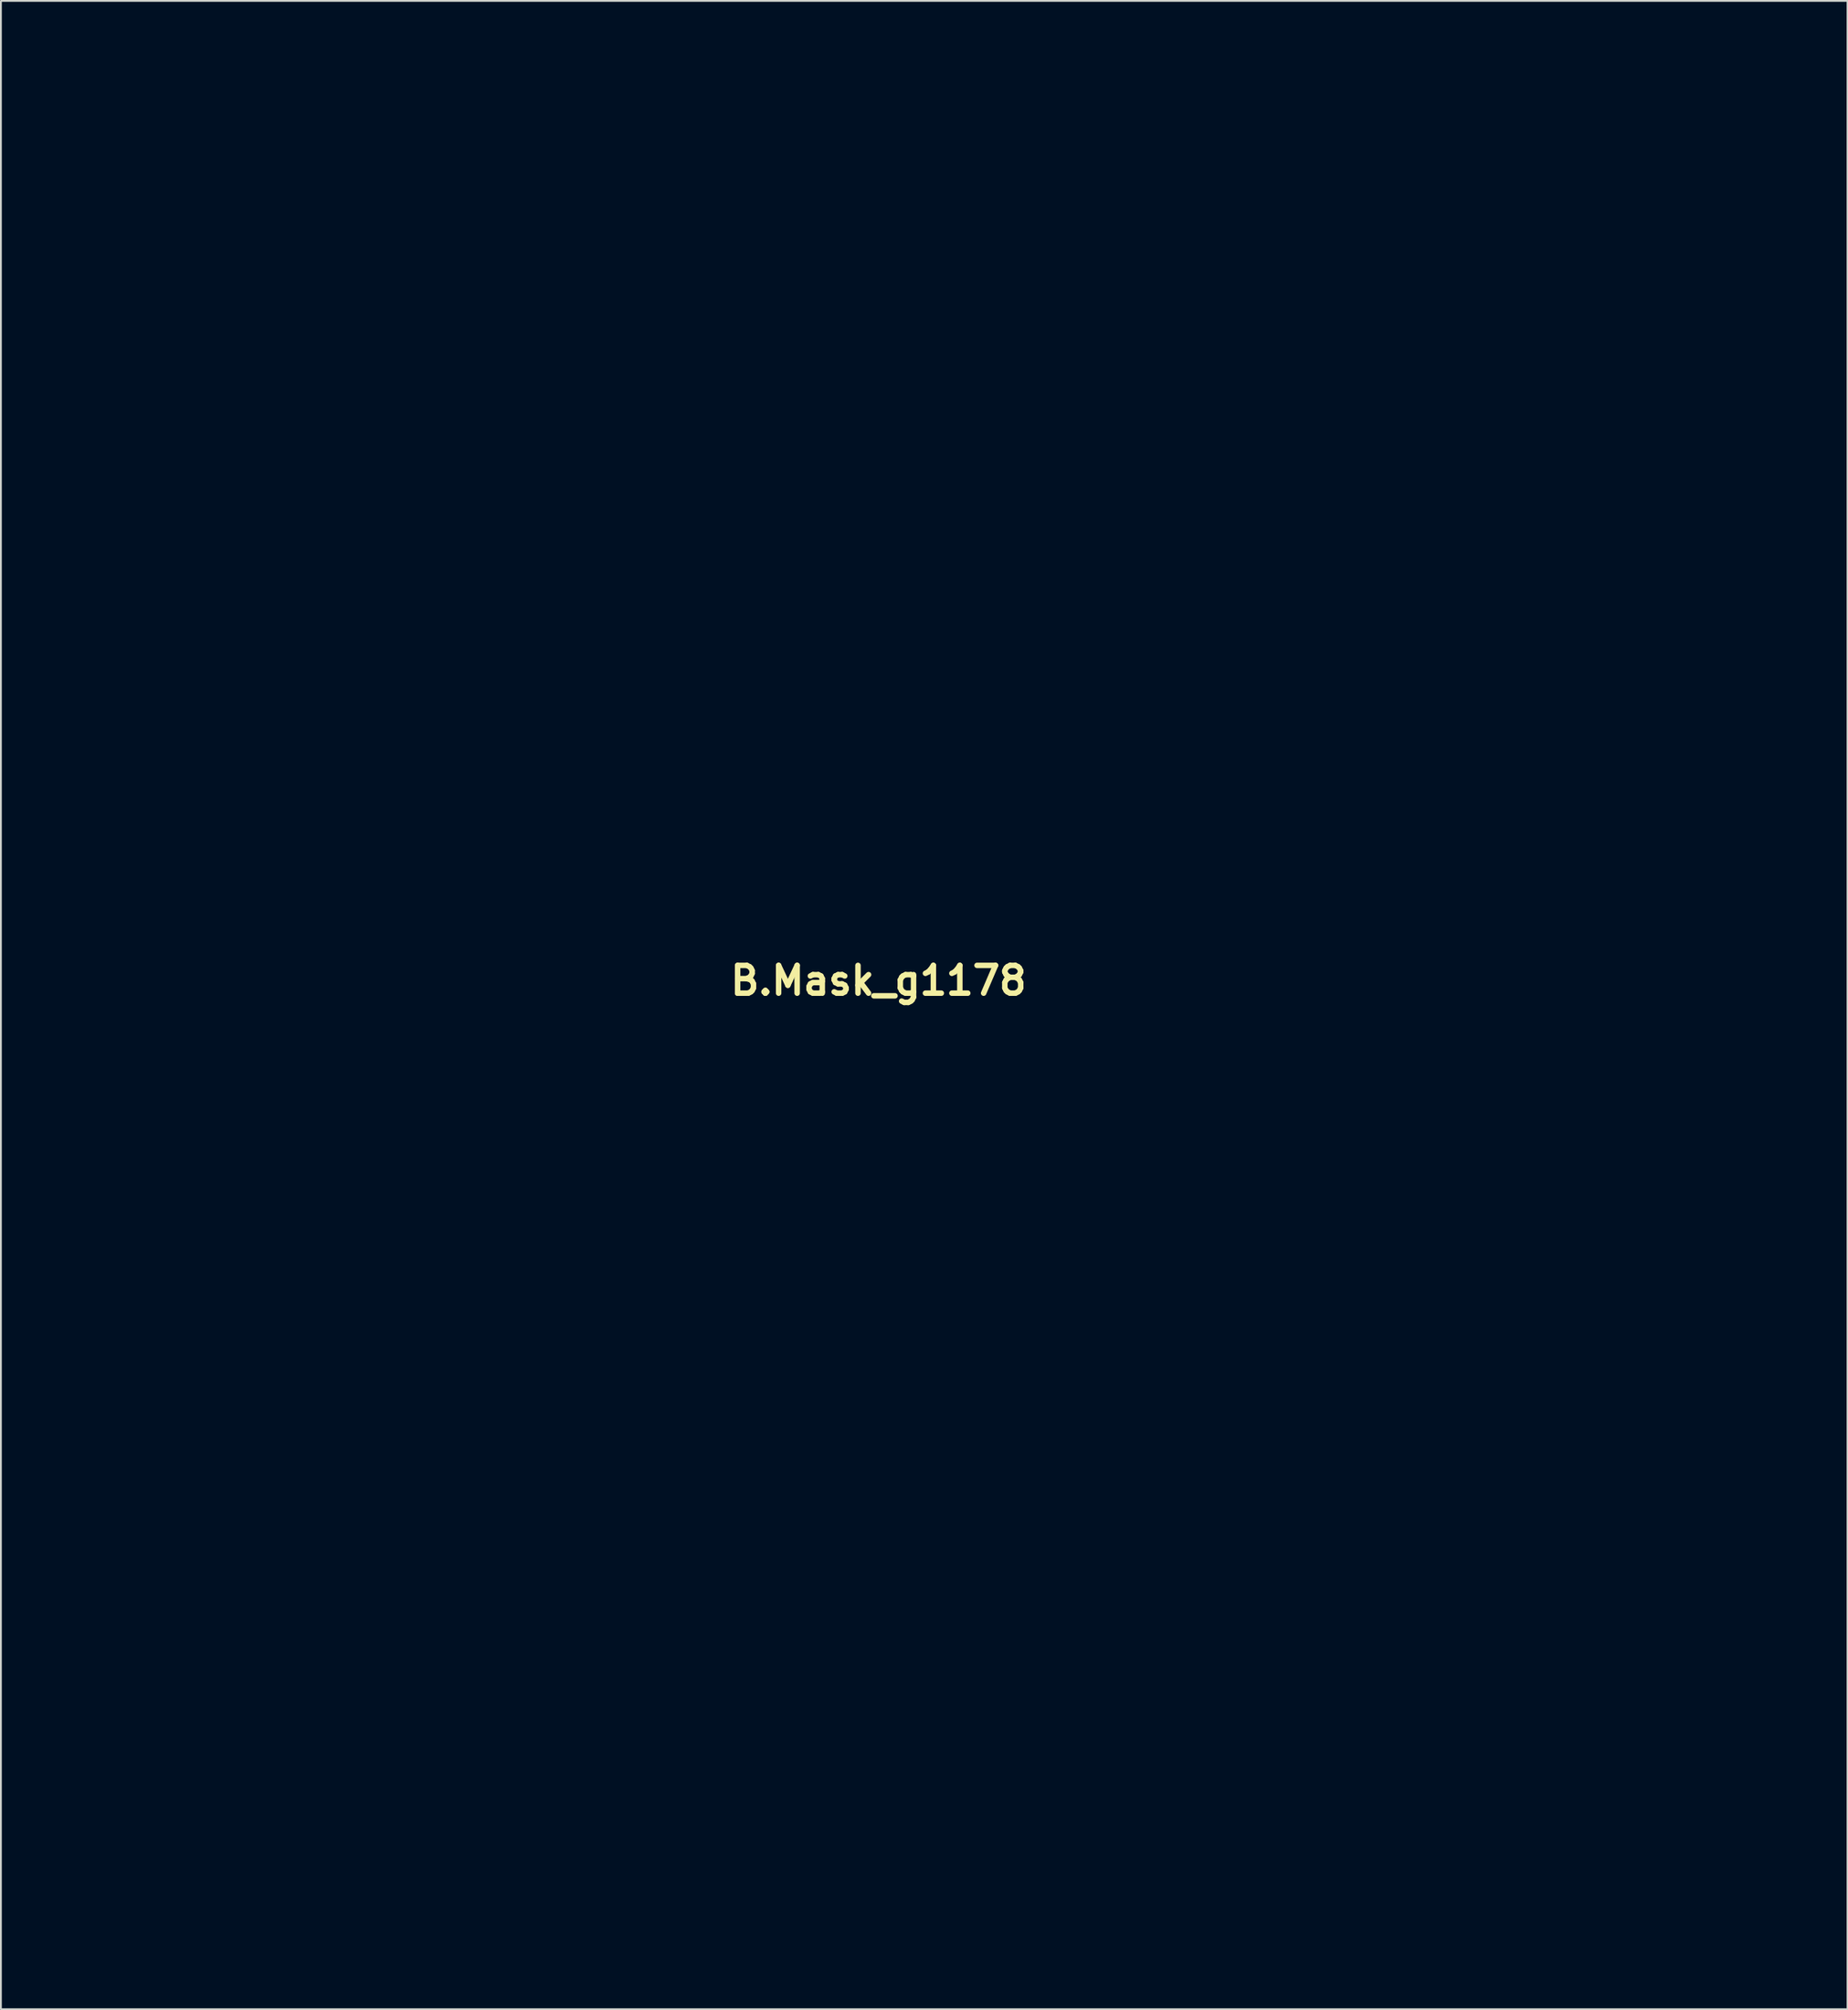
<source format=kicad_pcb>
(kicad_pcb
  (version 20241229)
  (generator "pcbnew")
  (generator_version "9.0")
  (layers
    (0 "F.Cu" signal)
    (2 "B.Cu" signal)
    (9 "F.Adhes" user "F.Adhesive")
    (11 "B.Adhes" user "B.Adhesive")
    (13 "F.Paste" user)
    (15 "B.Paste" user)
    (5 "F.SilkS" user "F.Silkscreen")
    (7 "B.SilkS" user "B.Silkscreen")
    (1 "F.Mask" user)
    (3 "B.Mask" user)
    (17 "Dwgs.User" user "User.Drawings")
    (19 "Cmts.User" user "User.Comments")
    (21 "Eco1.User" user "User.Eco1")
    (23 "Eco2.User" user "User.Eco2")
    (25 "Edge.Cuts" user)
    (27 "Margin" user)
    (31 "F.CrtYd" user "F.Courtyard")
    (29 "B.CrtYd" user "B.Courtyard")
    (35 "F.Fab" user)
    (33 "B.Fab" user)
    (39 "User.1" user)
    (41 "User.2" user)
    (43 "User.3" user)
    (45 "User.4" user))
  (footprint "B.Mask_g1178"
    (layer "F.Cu")
    (at 45.151 50.726)
    (property "Reference" "B.Mask_g1178" (at 0 0 0) (layer "F.SilkS") (effects (font (size 1.524 1.524) (thickness 0.3))))
    (attr through_hole)
    (fp_poly (pts (xy 31.099 -49.075) (xy 31.116 -49.021) (xy 31.14 -48.935) (xy 31.171 -48.82) (xy 31.207 -48.68) (xy 31.247 -48.52) (xy 31.291 -48.344) (xy 31.315 -48.244) (xy 31.36 -48.059) (xy 31.402 -47.887) (xy 31.44 -47.732) (xy 31.474 -47.599) (xy 31.502 -47.491) (xy 31.523 -47.414) (xy 31.535 -47.371) (xy 31.538 -47.364) (xy 31.561 -47.361) (xy 31.622 -47.356) (xy 31.715 -47.35) (xy 31.837 -47.343) (xy 31.982 -47.336) (xy 32.146 -47.328) (xy 32.324 -47.32) (xy 32.511 -47.311) (xy 32.703 -47.303) (xy 32.895 -47.295) (xy 33.083 -47.288) (xy 33.261 -47.281) (xy 33.425 -47.275) (xy 33.57 -47.271) (xy 33.692 -47.268) (xy 33.785 -47.266) (xy 33.808 -47.266) (xy 33.874 -47.263) (xy 33.918 -47.256) (xy 33.93 -47.249) (xy 33.912 -47.236) (xy 33.861 -47.202) (xy 33.781 -47.151) (xy 33.673 -47.083) (xy 33.543 -47.002) (xy 33.392 -46.908) (xy 33.223 -46.805) (xy 33.041 -46.693) (xy 32.871 -46.589) (xy 32.679 -46.472) (xy 32.498 -46.361) (xy 32.332 -46.257) (xy 32.183 -46.164) (xy 32.055 -46.083) (xy 31.951 -46.015) (xy 31.874 -45.964) (xy 31.827 -45.931) (xy 31.814 -45.918) (xy 31.82 -45.896) (xy 31.837 -45.837) (xy 31.865 -45.746) (xy 31.901 -45.626) (xy 31.945 -45.483) (xy 31.995 -45.321) (xy 32.05 -45.142) (xy 32.108 -44.953) (xy 32.169 -44.756) (xy 32.232 -44.555) (xy 32.294 -44.356) (xy 32.354 -44.162) (xy 32.412 -43.977) (xy 32.465 -43.805) (xy 32.514 -43.651) (xy 32.556 -43.518) (xy 32.59 -43.411) (xy 32.614 -43.334) (xy 32.628 -43.291) (xy 32.628 -43.267) (xy 32.622 -43.265) (xy 32.604 -43.278) (xy 32.554 -43.315) (xy 32.477 -43.374) (xy 32.375 -43.452) (xy 32.251 -43.549) (xy 32.108 -43.66) (xy 31.947 -43.785) (xy 31.773 -43.922) (xy 31.588 -44.067) (xy 31.489 -44.145) (xy 30.37 -45.024) (xy 28.938 -44.232) (xy 28.712 -44.107) (xy 28.496 -43.989) (xy 28.294 -43.878) (xy 28.108 -43.777) (xy 27.942 -43.687) (xy 27.798 -43.609) (xy 27.679 -43.546) (xy 27.588 -43.498) (xy 27.528 -43.468) (xy 27.501 -43.456) (xy 27.5 -43.456) (xy 27.509 -43.476) (xy 27.539 -43.53) (xy 27.586 -43.615) (xy 27.65 -43.727) (xy 27.729 -43.865) (xy 27.821 -44.025) (xy 27.925 -44.205) (xy 28.039 -44.402) (xy 28.162 -44.612) (xy 28.291 -44.833) (xy 28.312 -44.869) (xy 28.442 -45.092) (xy 28.566 -45.304) (xy 28.682 -45.503) (xy 28.788 -45.686) (xy 28.882 -45.85) (xy 28.964 -45.992) (xy 29.031 -46.109) (xy 29.081 -46.198) (xy 29.114 -46.258) (xy 29.127 -46.284) (xy 29.127 -46.285) (xy 29.116 -46.306) (xy 29.083 -46.358) (xy 29.033 -46.439) (xy 28.967 -46.544) (xy 28.887 -46.67) (xy 28.797 -46.812) (xy 28.698 -46.967) (xy 28.643 -47.053) (xy 28.54 -47.214) (xy 28.445 -47.364) (xy 28.359 -47.5) (xy 28.285 -47.618) (xy 28.225 -47.714) (xy 28.182 -47.784) (xy 28.159 -47.824) (xy 28.155 -47.832) (xy 28.161 -47.85) (xy 28.197 -47.851) (xy 28.219 -47.848) (xy 28.254 -47.843) (xy 28.326 -47.833) (xy 28.432 -47.818) (xy 28.566 -47.8) (xy 28.723 -47.78) (xy 28.9 -47.756) (xy 29.092 -47.731) (xy 29.262 -47.709) (xy 29.499 -47.679) (xy 29.697 -47.654) (xy 29.859 -47.634) (xy 29.989 -47.619) (xy 30.089 -47.609) (xy 30.163 -47.603) (xy 30.214 -47.602) (xy 30.245 -47.604) (xy 30.259 -47.609) (xy 30.259 -47.609) (xy 30.274 -47.633) (xy 30.308 -47.69) (xy 30.357 -47.776) (xy 30.419 -47.886) (xy 30.492 -48.016) (xy 30.573 -48.163) (xy 30.661 -48.322) (xy 30.68 -48.355) (xy 30.768 -48.515) (xy 30.85 -48.664) (xy 30.924 -48.797) (xy 30.987 -48.91) (xy 31.038 -48.999) (xy 31.073 -49.06) (xy 31.09 -49.089) (xy 31.091 -49.091) (xy 31.099 -49.075)) (stroke (width 0.01) (type solid)) (fill yes) (layer "B.Mask"))
    (fp_poly (pts (xy -13.13 -50.698) (xy -13.103 -50.642) (xy -13.062 -50.555) (xy -13.009 -50.443) (xy -12.946 -50.309) (xy -12.876 -50.157) (xy -12.799 -49.991) (xy -12.772 -49.932) (xy -12.695 -49.764) (xy -12.623 -49.608) (xy -12.559 -49.468) (xy -12.504 -49.35) (xy -12.461 -49.256) (xy -12.431 -49.19) (xy -12.416 -49.158) (xy -12.415 -49.155) (xy -12.394 -49.156) (xy -12.335 -49.158) (xy -12.242 -49.163) (xy -12.118 -49.169) (xy -11.968 -49.177) (xy -11.796 -49.187) (xy -11.606 -49.197) (xy -11.401 -49.209) (xy -11.355 -49.212) (xy -11.148 -49.223) (xy -10.954 -49.234) (xy -10.777 -49.244) (xy -10.621 -49.252) (xy -10.491 -49.258) (xy -10.39 -49.263) (xy -10.322 -49.265) (xy -10.292 -49.266) (xy -10.291 -49.265) (xy -10.301 -49.248) (xy -10.335 -49.2) (xy -10.389 -49.125) (xy -10.461 -49.026) (xy -10.548 -48.909) (xy -10.648 -48.774) (xy -10.758 -48.627) (xy -10.826 -48.536) (xy -10.942 -48.382) (xy -11.049 -48.238) (xy -11.146 -48.108) (xy -11.229 -47.994) (xy -11.297 -47.902) (xy -11.346 -47.834) (xy -11.374 -47.794) (xy -11.379 -47.785) (xy -11.372 -47.762) (xy -11.347 -47.704) (xy -11.307 -47.614) (xy -11.252 -47.495) (xy -11.183 -47.351) (xy -11.103 -47.183) (xy -11.013 -46.995) (xy -10.914 -46.791) (xy -10.808 -46.573) (xy -10.696 -46.344) (xy -10.691 -46.333) (xy -10.578 -46.103) (xy -10.47 -45.884) (xy -10.37 -45.678) (xy -10.277 -45.488) (xy -10.194 -45.318) (xy -10.123 -45.171) (xy -10.064 -45.05) (xy -10.02 -44.957) (xy -9.991 -44.896) (xy -9.979 -44.87) (xy -9.979 -44.87) (xy -9.976 -44.839) (xy -9.984 -44.832) (xy -10.004 -44.844) (xy -10.057 -44.877) (xy -10.139 -44.93) (xy -10.249 -45) (xy -10.383 -45.087) (xy -10.539 -45.188) (xy -10.714 -45.301) (xy -10.904 -45.425) (xy -11.109 -45.559) (xy -11.324 -45.699) (xy -11.36 -45.723) (xy -12.719 -46.612) (xy -13.887 -45.826) (xy -14.087 -45.691) (xy -14.276 -45.564) (xy -14.453 -45.445) (xy -14.614 -45.338) (xy -14.756 -45.243) (xy -14.877 -45.163) (xy -14.972 -45.1) (xy -15.04 -45.055) (xy -15.077 -45.032) (xy -15.082 -45.029) (xy -15.088 -45.027) (xy -15.091 -45.03) (xy -15.091 -45.038) (xy -15.087 -45.055) (xy -15.079 -45.084) (xy -15.064 -45.125) (xy -15.043 -45.184) (xy -15.014 -45.26) (xy -14.976 -45.358) (xy -14.928 -45.48) (xy -14.87 -45.627) (xy -14.8 -45.804) (xy -14.718 -46.011) (xy -14.622 -46.252) (xy -14.512 -46.53) (xy -14.48 -46.609) (xy -14.391 -46.835) (xy -14.316 -47.024) (xy -14.255 -47.181) (xy -14.206 -47.308) (xy -14.168 -47.409) (xy -14.14 -47.487) (xy -14.121 -47.545) (xy -14.11 -47.587) (xy -14.106 -47.615) (xy -14.107 -47.633) (xy -14.112 -47.645) (xy -14.115 -47.648) (xy -14.139 -47.667) (xy -14.193 -47.707) (xy -14.276 -47.768) (xy -14.383 -47.845) (xy -14.512 -47.939) (xy -14.66 -48.045) (xy -14.822 -48.161) (xy -14.997 -48.286) (xy -15.124 -48.377) (xy -15.335 -48.528) (xy -15.514 -48.656) (xy -15.665 -48.763) (xy -15.788 -48.851) (xy -15.887 -48.922) (xy -15.965 -48.977) (xy -16.023 -49.019) (xy -16.065 -49.05) (xy -16.092 -49.071) (xy -16.108 -49.083) (xy -16.116 -49.09) (xy -16.116 -49.093) (xy -16.113 -49.093) (xy -16.109 -49.093) (xy -16.106 -49.094) (xy -16.084 -49.095) (xy -16.023 -49.095) (xy -15.929 -49.093) (xy -15.804 -49.089) (xy -15.653 -49.084) (xy -15.48 -49.079) (xy -15.29 -49.072) (xy -15.085 -49.064) (xy -15.05 -49.063) (xy -14.837 -49.055) (xy -14.633 -49.048) (xy -14.443 -49.041) (xy -14.27 -49.035) (xy -14.12 -49.03) (xy -13.998 -49.026) (xy -13.908 -49.024) (xy -13.855 -49.023) (xy -13.854 -49.023) (xy -13.705 -49.022) (xy -13.431 -49.879) (xy -13.373 -50.06) (xy -13.318 -50.227) (xy -13.268 -50.377) (xy -13.225 -50.504) (xy -13.189 -50.606) (xy -13.162 -50.678) (xy -13.146 -50.716) (xy -13.142 -50.721) (xy -13.13 -50.698)) (stroke (width 0.01) (type solid)) (fill yes) (layer "B.Mask"))
    (fp_poly (pts (xy 44.099 43.05) (xy 44.1 43.054) (xy 44.101 43.057) (xy 44.109 43.079) (xy 44.128 43.138) (xy 44.156 43.231) (xy 44.194 43.354) (xy 44.239 43.506) (xy 44.292 43.681) (xy 44.351 43.877) (xy 44.415 44.091) (xy 44.482 44.32) (xy 44.533 44.491) (xy 44.603 44.727) (xy 44.67 44.952) (xy 44.732 45.162) (xy 44.79 45.352) (xy 44.84 45.521) (xy 44.884 45.665) (xy 44.919 45.781) (xy 44.945 45.864) (xy 44.961 45.913) (xy 44.965 45.925) (xy 44.987 45.93) (xy 45.048 45.942) (xy 45.146 45.961) (xy 45.277 45.986) (xy 45.441 46.017) (xy 45.633 46.053) (xy 45.852 46.094) (xy 46.095 46.139) (xy 46.359 46.188) (xy 46.643 46.24) (xy 46.943 46.295) (xy 47.257 46.353) (xy 47.563 46.409) (xy 47.887 46.469) (xy 48.201 46.526) (xy 48.5 46.581) (xy 48.782 46.633) (xy 49.045 46.682) (xy 49.287 46.727) (xy 49.504 46.767) (xy 49.695 46.803) (xy 49.857 46.834) (xy 49.986 46.858) (xy 50.082 46.877) (xy 50.141 46.889) (xy 50.16 46.893) (xy 50.163 46.895) (xy 50.165 46.898) (xy 50.163 46.9) (xy 50.158 46.905) (xy 50.145 46.911) (xy 50.123 46.921) (xy 50.091 46.935) (xy 50.046 46.953) (xy 49.986 46.976) (xy 49.909 47.006) (xy 49.813 47.042) (xy 49.696 47.086) (xy 49.557 47.138) (xy 49.392 47.2) (xy 49.201 47.271) (xy 48.981 47.353) (xy 48.73 47.447) (xy 48.446 47.552) (xy 48.127 47.671) (xy 47.771 47.804) (xy 47.625 47.858) (xy 47.319 47.972) (xy 47.025 48.082) (xy 46.744 48.187) (xy 46.478 48.286) (xy 46.231 48.378) (xy 46.005 48.463) (xy 45.802 48.54) (xy 45.624 48.606) (xy 45.475 48.663) (xy 45.356 48.708) (xy 45.27 48.741) (xy 45.219 48.761) (xy 45.206 48.767) (xy 45.203 48.789) (xy 45.198 48.851) (xy 45.192 48.947) (xy 45.185 49.076) (xy 45.176 49.234) (xy 45.166 49.418) (xy 45.155 49.623) (xy 45.143 49.848) (xy 45.13 50.088) (xy 45.117 50.341) (xy 45.104 50.602) (xy 45.091 50.868) (xy 45.077 51.137) (xy 45.064 51.405) (xy 45.051 51.668) (xy 45.039 51.923) (xy 45.027 52.168) (xy 45.017 52.397) (xy 45.007 52.609) (xy 44.998 52.799) (xy 44.991 52.965) (xy 44.986 53.103) (xy 44.982 53.21) (xy 44.98 53.282) (xy 44.979 53.303) (xy 44.976 53.362) (xy 44.969 53.398) (xy 44.963 53.403) (xy 44.95 53.386) (xy 44.916 53.334) (xy 44.863 53.252) (xy 44.793 53.14) (xy 44.705 53.001) (xy 44.603 52.838) (xy 44.488 52.654) (xy 44.361 52.449) (xy 44.223 52.227) (xy 44.076 51.991) (xy 43.922 51.741) (xy 43.765 51.488) (xy 43.596 51.214) (xy 43.434 50.954) (xy 43.282 50.71) (xy 43.141 50.484) (xy 43.012 50.278) (xy 42.896 50.094) (xy 42.794 49.935) (xy 42.709 49.802) (xy 42.64 49.697) (xy 42.591 49.623) (xy 42.561 49.581) (xy 42.552 49.572) (xy 42.528 49.579) (xy 42.467 49.597) (xy 42.371 49.627) (xy 42.243 49.668) (xy 42.086 49.717) (xy 41.903 49.776) (xy 41.697 49.842) (xy 41.471 49.915) (xy 41.227 49.993) (xy 40.968 50.077) (xy 40.697 50.165) (xy 40.626 50.188) (xy 40.354 50.276) (xy 40.093 50.36) (xy 39.846 50.44) (xy 39.616 50.513) (xy 39.406 50.58) (xy 39.219 50.64) (xy 39.057 50.691) (xy 38.924 50.732) (xy 38.822 50.763) (xy 38.753 50.784) (xy 38.722 50.792) (xy 38.72 50.792) (xy 38.731 50.774) (xy 38.767 50.726) (xy 38.826 50.649) (xy 38.906 50.546) (xy 39.005 50.419) (xy 39.121 50.271) (xy 39.252 50.104) (xy 39.398 49.921) (xy 39.555 49.722) (xy 39.722 49.512) (xy 39.897 49.292) (xy 39.919 49.265) (xy 41.129 47.748) (xy 41.093 47.692) (xy 41.074 47.665) (xy 41.033 47.607) (xy 40.972 47.521) (xy 40.893 47.409) (xy 40.798 47.275) (xy 40.689 47.122) (xy 40.569 46.953) (xy 40.439 46.771) (xy 40.302 46.579) (xy 40.263 46.525) (xy 40.126 46.332) (xy 39.995 46.148) (xy 39.874 45.978) (xy 39.765 45.823) (xy 39.668 45.686) (xy 39.588 45.572) (xy 39.525 45.482) (xy 39.482 45.419) (xy 39.461 45.387) (xy 39.459 45.384) (xy 39.46 45.365) (xy 39.488 45.363) (xy 39.52 45.368) (xy 39.553 45.375) (xy 39.624 45.389) (xy 39.729 45.411) (xy 39.863 45.439) (xy 40.025 45.472) (xy 40.209 45.511) (xy 40.411 45.553) (xy 40.629 45.598) (xy 40.858 45.646) (xy 40.894 45.653) (xy 42.196 45.925) (xy 42.24 45.859) (xy 42.259 45.832) (xy 42.299 45.771) (xy 42.358 45.681) (xy 42.435 45.564) (xy 42.527 45.424) (xy 42.634 45.262) (xy 42.752 45.082) (xy 42.88 44.887) (xy 43.016 44.679) (xy 43.158 44.462) (xy 43.18 44.429) (xy 43.347 44.174) (xy 43.492 43.952) (xy 43.618 43.761) (xy 43.724 43.598) (xy 43.813 43.462) (xy 43.887 43.35) (xy 43.947 43.26) (xy 43.994 43.189) (xy 44.03 43.136) (xy 44.056 43.097) (xy 44.075 43.071) (xy 44.087 43.056) (xy 44.094 43.049) (xy 44.097 43.048) (xy 44.099 43.05)) (stroke (width 0.01) (type solid)) (fill yes) (layer "B.Mask"))
    (fp_poly (pts (xy -39.761 -24.232) (xy -39.761 -24.232) (xy -39.753 -24.21) (xy -39.735 -24.151) (xy -39.706 -24.058) (xy -39.669 -23.935) (xy -39.623 -23.783) (xy -39.57 -23.608) (xy -39.511 -23.411) (xy -39.448 -23.197) (xy -39.38 -22.969) (xy -39.329 -22.798) (xy -39.259 -22.561) (xy -39.193 -22.337) (xy -39.13 -22.128) (xy -39.073 -21.937) (xy -39.023 -21.769) (xy -38.98 -21.625) (xy -38.945 -21.51) (xy -38.919 -21.427) (xy -38.904 -21.378) (xy -38.9 -21.367) (xy -38.879 -21.362) (xy -38.818 -21.351) (xy -38.721 -21.332) (xy -38.59 -21.307) (xy -38.427 -21.277) (xy -38.235 -21.241) (xy -38.017 -21.201) (xy -37.775 -21.156) (xy -37.512 -21.107) (xy -37.229 -21.055) (xy -36.93 -21.001) (xy -36.618 -20.943) (xy -36.342 -20.893) (xy -36.019 -20.834) (xy -35.707 -20.776) (xy -35.408 -20.722) (xy -35.126 -20.67) (xy -34.862 -20.621) (xy -34.619 -20.577) (xy -34.401 -20.536) (xy -34.209 -20.501) (xy -34.047 -20.471) (xy -33.916 -20.446) (xy -33.819 -20.428) (xy -33.759 -20.417) (xy -33.74 -20.413) (xy -33.71 -20.403) (xy -33.709 -20.393) (xy -33.741 -20.375) (xy -33.771 -20.362) (xy -33.802 -20.35) (xy -33.869 -20.324) (xy -33.972 -20.285) (xy -34.106 -20.235) (xy -34.27 -20.173) (xy -34.46 -20.101) (xy -34.676 -20.021) (xy -34.913 -19.932) (xy -35.17 -19.836) (xy -35.444 -19.734) (xy -35.732 -19.626) (xy -36.032 -19.515) (xy -36.258 -19.43) (xy -36.564 -19.317) (xy -36.858 -19.207) (xy -37.139 -19.102) (xy -37.403 -19.004) (xy -37.65 -18.912) (xy -37.875 -18.828) (xy -38.077 -18.752) (xy -38.254 -18.686) (xy -38.402 -18.631) (xy -38.52 -18.587) (xy -38.605 -18.555) (xy -38.655 -18.536) (xy -38.667 -18.531) (xy -38.669 -18.51) (xy -38.673 -18.449) (xy -38.678 -18.353) (xy -38.685 -18.225) (xy -38.693 -18.068) (xy -38.702 -17.886) (xy -38.712 -17.681) (xy -38.723 -17.457) (xy -38.735 -17.217) (xy -38.747 -16.966) (xy -38.76 -16.705) (xy -38.772 -16.439) (xy -38.785 -16.171) (xy -38.798 -15.904) (xy -38.81 -15.641) (xy -38.822 -15.386) (xy -38.833 -15.142) (xy -38.844 -14.913) (xy -38.853 -14.702) (xy -38.862 -14.511) (xy -38.869 -14.346) (xy -38.875 -14.208) (xy -38.88 -14.101) (xy -38.882 -14.029) (xy -38.883 -13.996) (xy -38.886 -13.935) (xy -38.893 -13.895) (xy -38.899 -13.886) (xy -38.912 -13.904) (xy -38.946 -13.956) (xy -38.999 -14.039) (xy -39.069 -14.15) (xy -39.156 -14.289) (xy -39.258 -14.452) (xy -39.373 -14.637) (xy -39.5 -14.841) (xy -39.638 -15.062) (xy -39.784 -15.299) (xy -39.938 -15.548) (xy -40.085 -15.786) (xy -40.244 -16.045) (xy -40.398 -16.294) (xy -40.544 -16.531) (xy -40.681 -16.753) (xy -40.807 -16.958) (xy -40.921 -17.143) (xy -41.022 -17.307) (xy -41.108 -17.446) (xy -41.177 -17.559) (xy -41.229 -17.642) (xy -41.261 -17.695) (xy -41.272 -17.713) (xy -41.284 -17.715) (xy -41.313 -17.71) (xy -41.362 -17.699) (xy -41.433 -17.68) (xy -41.528 -17.653) (xy -41.648 -17.617) (xy -41.795 -17.571) (xy -41.972 -17.515) (xy -42.181 -17.449) (xy -42.423 -17.372) (xy -42.7 -17.282) (xy -43.015 -17.18) (xy -43.189 -17.124) (xy -43.463 -17.035) (xy -43.725 -16.95) (xy -43.974 -16.869) (xy -44.205 -16.794) (xy -44.417 -16.725) (xy -44.607 -16.663) (xy -44.771 -16.609) (xy -44.907 -16.565) (xy -45.013 -16.531) (xy -45.084 -16.507) (xy -45.119 -16.496) (xy -45.121 -16.495) (xy -45.146 -16.494) (xy -45.146 -16.505) (xy -45.132 -16.525) (xy -45.093 -16.575) (xy -45.032 -16.654) (xy -44.95 -16.759) (xy -44.849 -16.887) (xy -44.731 -17.036) (xy -44.598 -17.204) (xy -44.451 -17.388) (xy -44.294 -17.587) (xy -44.126 -17.797) (xy -43.953 -18.015) (xy -43.778 -18.234) (xy -43.61 -18.444) (xy -43.452 -18.643) (xy -43.305 -18.828) (xy -43.171 -18.996) (xy -43.052 -19.146) (xy -42.95 -19.275) (xy -42.867 -19.38) (xy -42.805 -19.459) (xy -42.765 -19.51) (xy -42.75 -19.53) (xy -42.755 -19.549) (xy -42.78 -19.594) (xy -42.824 -19.665) (xy -42.89 -19.764) (xy -42.977 -19.892) (xy -43.086 -20.049) (xy -43.218 -20.237) (xy -43.373 -20.457) (xy -43.553 -20.709) (xy -43.572 -20.735) (xy -43.713 -20.933) (xy -43.846 -21.121) (xy -43.97 -21.296) (xy -44.082 -21.455) (xy -44.18 -21.596) (xy -44.262 -21.715) (xy -44.327 -21.81) (xy -44.373 -21.878) (xy -44.396 -21.915) (xy -44.399 -21.923) (xy -44.377 -21.921) (xy -44.317 -21.91) (xy -44.222 -21.893) (xy -44.097 -21.869) (xy -43.943 -21.839) (xy -43.766 -21.803) (xy -43.568 -21.763) (xy -43.353 -21.719) (xy -43.124 -21.672) (xy -43.031 -21.653) (xy -42.757 -21.596) (xy -42.521 -21.547) (xy -42.321 -21.506) (xy -42.153 -21.473) (xy -42.016 -21.446) (xy -41.905 -21.425) (xy -41.818 -21.41) (xy -41.753 -21.4) (xy -41.706 -21.395) (xy -41.674 -21.394) (xy -41.655 -21.396) (xy -41.647 -21.401) (xy -41.631 -21.423) (xy -41.594 -21.478) (xy -41.537 -21.563) (xy -41.463 -21.675) (xy -41.372 -21.811) (xy -41.268 -21.969) (xy -41.151 -22.146) (xy -41.024 -22.339) (xy -40.889 -22.546) (xy -40.746 -22.763) (xy -40.703 -22.828) (xy -40.56 -23.048) (xy -40.423 -23.256) (xy -40.295 -23.452) (xy -40.176 -23.632) (xy -40.07 -23.794) (xy -39.978 -23.935) (xy -39.901 -24.051) (xy -39.842 -24.142) (xy -39.801 -24.203) (xy -39.782 -24.232) (xy -39.78 -24.234) (xy -39.761 -24.232)) (stroke (width 0.01) (type solid)) (fill yes) (layer "B.Mask")))
  (gr_rect
    (start -3 -3)
    (end 98.321 107.134)
    (stroke (width 0.1) (type default))
    (fill no)
    (layer "Edge.Cuts")))
</source>
